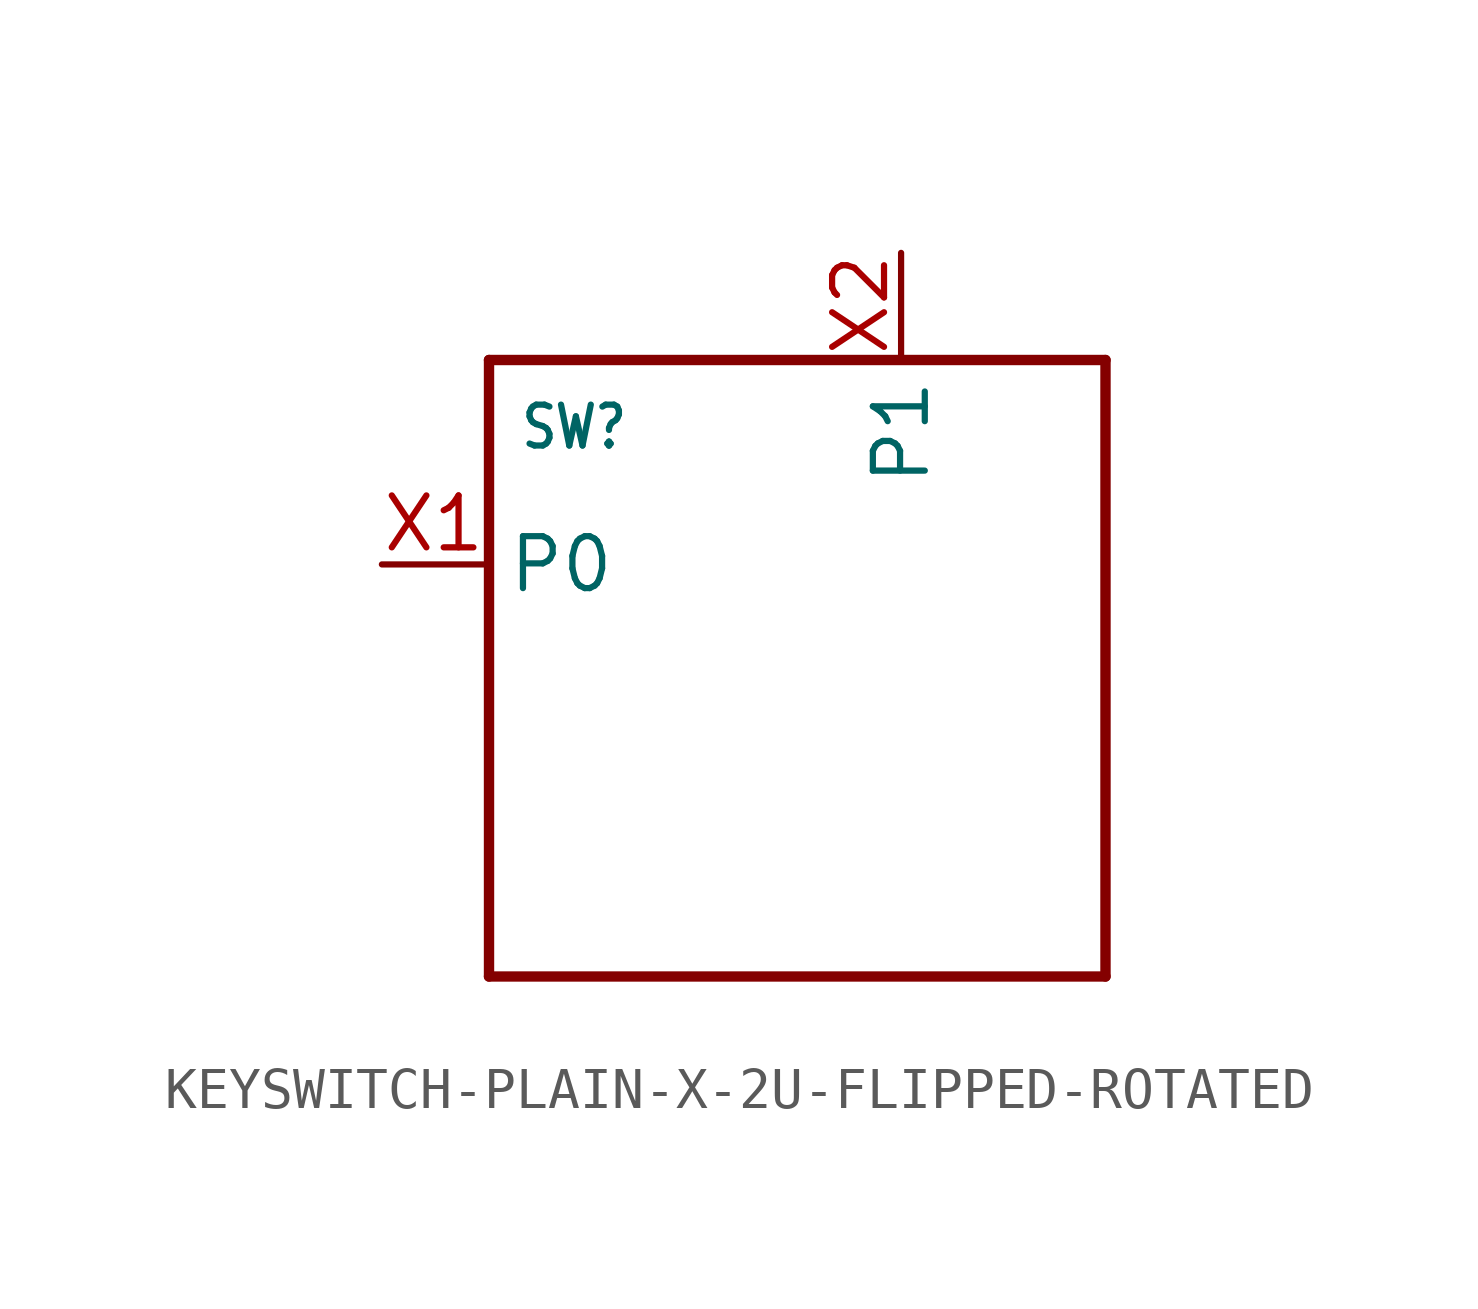
<source format=kicad_sym>
(kicad_symbol_lib
  (version 20211014)
  (generator kicad_symbol_editor)
  (symbol "KEYSWITCH-PLAIN-X-2U-FLIPPED-ROTATED"
    (property "Reference" "SW"
      (at -6.81 5.318 0)
      (effects (font (size 1 0.85)) (justify left bottom)))
    (property "ki_locked" ""
      (at 0 0 0)
      (effects (font (size 1.27 1.27))))
    (symbol "KEYSWITCH-PLAIN-X-2U-FLIPPED-ROTATED_1_0"
      (polyline (pts (xy -7.54 -7.54) (xy -7.54 7.54)) (stroke (width 0.254) (type default) (color 0 0 0 0)) (fill (type none)))
      (polyline (pts (xy -7.54 7.54) (xy 7.54 7.54)) (stroke (width 0.254) (type default) (color 0 0 0 0)) (fill (type none)))
      (polyline (pts (xy 7.54 -7.54) (xy -7.54 -7.54)) (stroke (width 0.254) (type default) (color 0 0 0 0)) (fill (type none)))
      (polyline (pts (xy 7.54 7.54) (xy 7.54 -7.54)) (stroke (width 0.254) (type default) (color 0 0 0 0)) (fill (type none)))
      (pin bidirectional line (at -10.16 2.54 0) (length 2.54) (name "P0" (effects (font (size 1.27 1.27)))) (number "X1" (effects (font (size 1.27 1.27)))))
      (pin bidirectional line (at 2.54 10.16 270) (length 2.54) (name "P1" (effects (font (size 1.27 1.27)))) (number "X2" (effects (font (size 1.27 1.27))))))))
</source>
